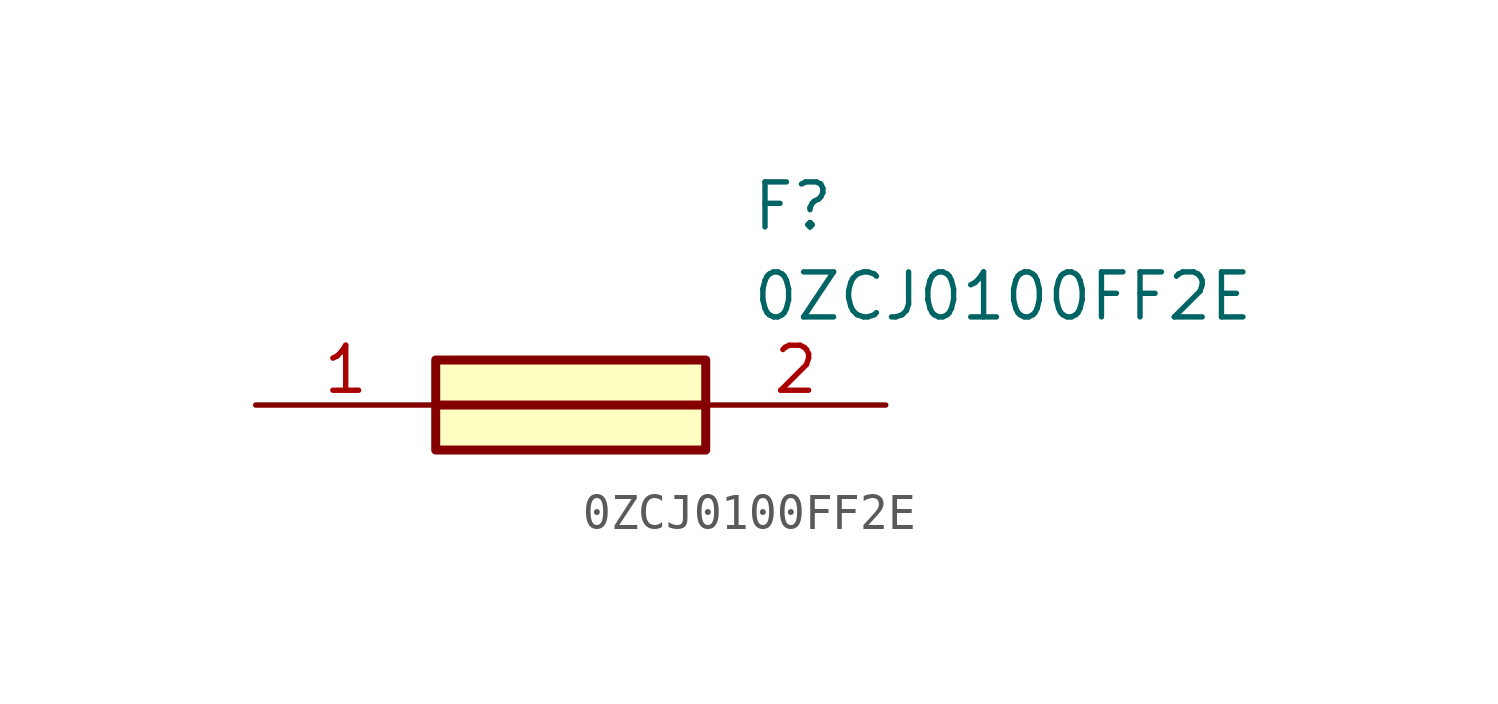
<source format=kicad_sym>
(kicad_symbol_lib
  (version 20211014)
  (generator SamacSys_ECAD_Model)
  (symbol "0ZCJ0100FF2E"
    (pin_names hide)
    (property "Reference" "F"
      (at 13.97 6.35 0)
      (effects (font (size 1.27 1.27)) (justify left top)))
    (property "Value" "0ZCJ0100FF2E"
      (at 13.97 3.81 0)
      (effects (font (size 1.27 1.27)) (justify left top)))
    (rectangle
      (start 5.08 1.27)
      (end 12.7 -1.27)
      (stroke (width 0.254) (type default))
      (fill (type background)))
    (polyline
      (pts (xy 5.08 0) (xy 12.7 0))
      (stroke (width 0.254) (type default))
      (fill (type none)))
    (pin passive line
      (at 0 0 0)
      (length 5.08)
      (name "1" (effects (font (size 1.27 1.27))))
      (number "1" (effects (font (size 1.27 1.27)))))
    (pin passive line
      (at 17.78 0 180)
      (length 5.08)
      (name "2" (effects (font (size 1.27 1.27))))
      (number "2" (effects (font (size 1.27 1.27)))))))
</source>
